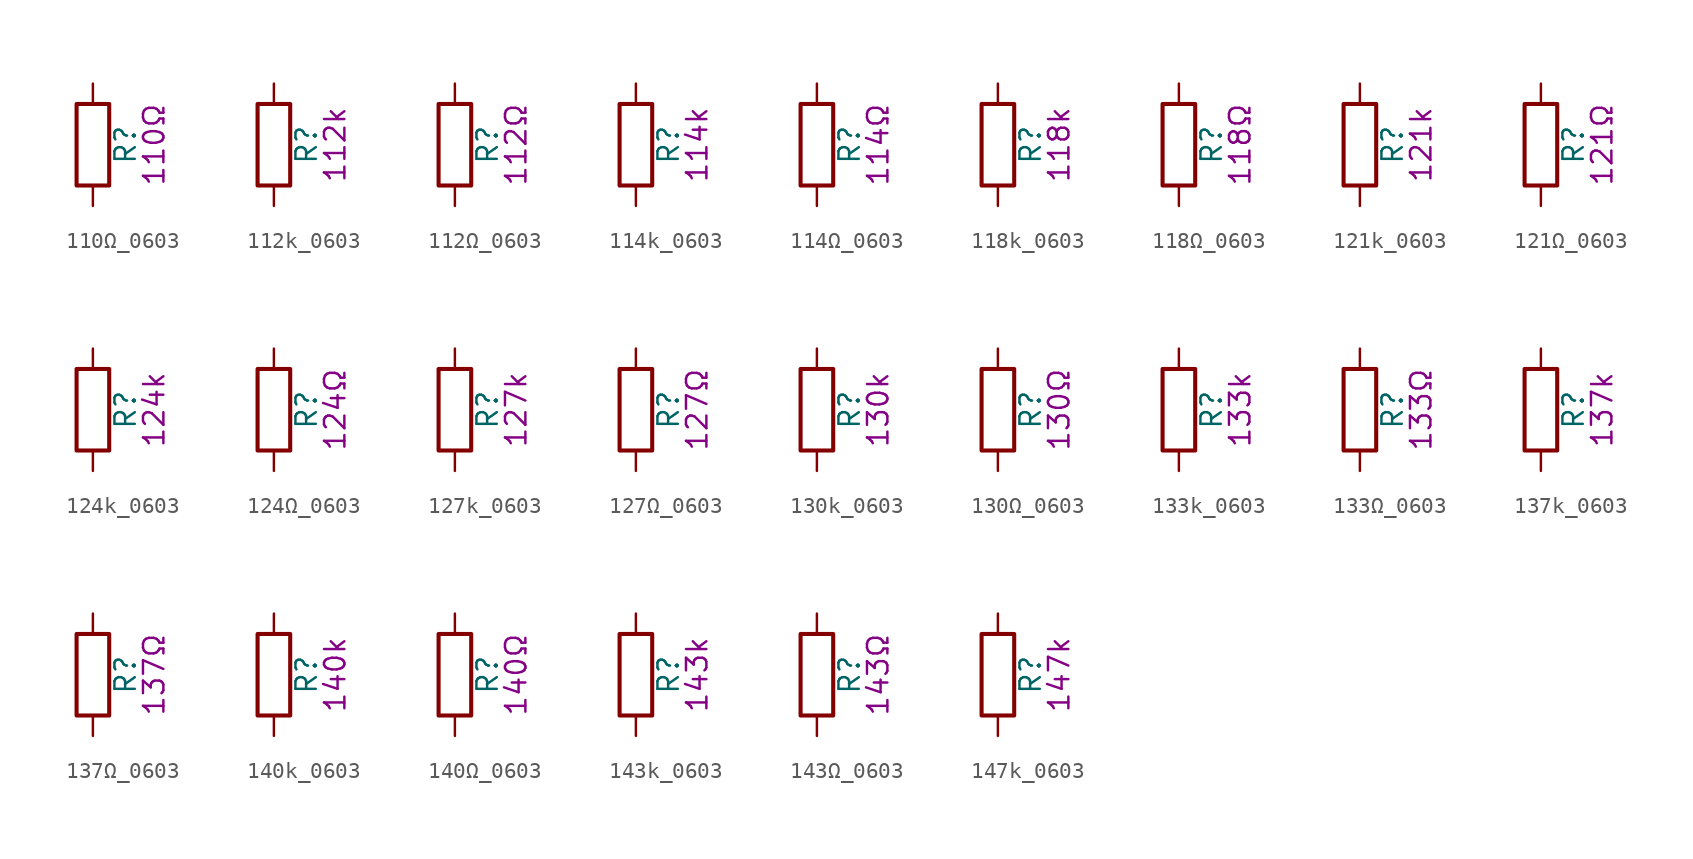
<source format=kicad_sym>
(kicad_symbol_lib
  (version 20211014)
  (generator kicad_symbol_editor)
  (symbol "110Ω_0603"
    (pin_numbers hide)
    (pin_names
      (offset 0))
    (property "Reference" "R"
      (at 2.032 0 90)
      (effects (font (size 1.27 1.27))))
    (property "Display" "110Ω"
      (at 3.81 0 90)
      (effects (font (size 1.27 1.27))))
    (symbol "110Ω_0603_0_1"
      (rectangle (start -1.016 -2.54) (end 1.016 2.54) (stroke (width 0.254) (type default) (color 0 0 0 0)) (fill (type none))))
    (symbol "110Ω_0603_1_1"
      (pin passive line (at 0 3.81 270) (length 1.27) (name "~" (effects (font (size 1.27 1.27)))) (number "1" (effects (font (size 1.27 1.27)))))
      (pin passive line (at 0 -3.81 90) (length 1.27) (name "~" (effects (font (size 1.27 1.27)))) (number "2" (effects (font (size 1.27 1.27)))))))
  (symbol "112k_0603"
    (pin_numbers hide)
    (pin_names
      (offset 0))
    (property "Reference" "R"
      (at 2.032 0 90)
      (effects (font (size 1.27 1.27))))
    (property "Display" "112k"
      (at 3.81 0 90)
      (effects (font (size 1.27 1.27))))
    (symbol "112k_0603_0_1"
      (rectangle (start -1.016 -2.54) (end 1.016 2.54) (stroke (width 0.254) (type default) (color 0 0 0 0)) (fill (type none))))
    (symbol "112k_0603_1_1"
      (pin passive line (at 0 3.81 270) (length 1.27) (name "~" (effects (font (size 1.27 1.27)))) (number "1" (effects (font (size 1.27 1.27)))))
      (pin passive line (at 0 -3.81 90) (length 1.27) (name "~" (effects (font (size 1.27 1.27)))) (number "2" (effects (font (size 1.27 1.27)))))))
  (symbol "112Ω_0603"
    (pin_numbers hide)
    (pin_names
      (offset 0))
    (property "Reference" "R"
      (at 2.032 0 90)
      (effects (font (size 1.27 1.27))))
    (property "Display" "112Ω"
      (at 3.81 0 90)
      (effects (font (size 1.27 1.27))))
    (symbol "112Ω_0603_0_1"
      (rectangle (start -1.016 -2.54) (end 1.016 2.54) (stroke (width 0.254) (type default) (color 0 0 0 0)) (fill (type none))))
    (symbol "112Ω_0603_1_1"
      (pin passive line (at 0 3.81 270) (length 1.27) (name "~" (effects (font (size 1.27 1.27)))) (number "1" (effects (font (size 1.27 1.27)))))
      (pin passive line (at 0 -3.81 90) (length 1.27) (name "~" (effects (font (size 1.27 1.27)))) (number "2" (effects (font (size 1.27 1.27)))))))
  (symbol "114k_0603"
    (pin_numbers hide)
    (pin_names
      (offset 0))
    (property "Reference" "R"
      (at 2.032 0 90)
      (effects (font (size 1.27 1.27))))
    (property "Display" "114k"
      (at 3.81 0 90)
      (effects (font (size 1.27 1.27))))
    (symbol "114k_0603_0_1"
      (rectangle (start -1.016 -2.54) (end 1.016 2.54) (stroke (width 0.254) (type default) (color 0 0 0 0)) (fill (type none))))
    (symbol "114k_0603_1_1"
      (pin passive line (at 0 3.81 270) (length 1.27) (name "~" (effects (font (size 1.27 1.27)))) (number "1" (effects (font (size 1.27 1.27)))))
      (pin passive line (at 0 -3.81 90) (length 1.27) (name "~" (effects (font (size 1.27 1.27)))) (number "2" (effects (font (size 1.27 1.27)))))))
  (symbol "114Ω_0603"
    (pin_numbers hide)
    (pin_names
      (offset 0))
    (property "Reference" "R"
      (at 2.032 0 90)
      (effects (font (size 1.27 1.27))))
    (property "Display" "114Ω"
      (at 3.81 0 90)
      (effects (font (size 1.27 1.27))))
    (symbol "114Ω_0603_0_1"
      (rectangle (start -1.016 -2.54) (end 1.016 2.54) (stroke (width 0.254) (type default) (color 0 0 0 0)) (fill (type none))))
    (symbol "114Ω_0603_1_1"
      (pin passive line (at 0 3.81 270) (length 1.27) (name "~" (effects (font (size 1.27 1.27)))) (number "1" (effects (font (size 1.27 1.27)))))
      (pin passive line (at 0 -3.81 90) (length 1.27) (name "~" (effects (font (size 1.27 1.27)))) (number "2" (effects (font (size 1.27 1.27)))))))
  (symbol "118k_0603"
    (pin_numbers hide)
    (pin_names
      (offset 0))
    (property "Reference" "R"
      (at 2.032 0 90)
      (effects (font (size 1.27 1.27))))
    (property "Display" "118k"
      (at 3.81 0 90)
      (effects (font (size 1.27 1.27))))
    (symbol "118k_0603_0_1"
      (rectangle (start -1.016 -2.54) (end 1.016 2.54) (stroke (width 0.254) (type default) (color 0 0 0 0)) (fill (type none))))
    (symbol "118k_0603_1_1"
      (pin passive line (at 0 3.81 270) (length 1.27) (name "~" (effects (font (size 1.27 1.27)))) (number "1" (effects (font (size 1.27 1.27)))))
      (pin passive line (at 0 -3.81 90) (length 1.27) (name "~" (effects (font (size 1.27 1.27)))) (number "2" (effects (font (size 1.27 1.27)))))))
  (symbol "118Ω_0603"
    (pin_numbers hide)
    (pin_names
      (offset 0))
    (property "Reference" "R"
      (at 2.032 0 90)
      (effects (font (size 1.27 1.27))))
    (property "Display" "118Ω"
      (at 3.81 0 90)
      (effects (font (size 1.27 1.27))))
    (symbol "118Ω_0603_0_1"
      (rectangle (start -1.016 -2.54) (end 1.016 2.54) (stroke (width 0.254) (type default) (color 0 0 0 0)) (fill (type none))))
    (symbol "118Ω_0603_1_1"
      (pin passive line (at 0 3.81 270) (length 1.27) (name "~" (effects (font (size 1.27 1.27)))) (number "1" (effects (font (size 1.27 1.27)))))
      (pin passive line (at 0 -3.81 90) (length 1.27) (name "~" (effects (font (size 1.27 1.27)))) (number "2" (effects (font (size 1.27 1.27)))))))
  (symbol "121k_0603"
    (pin_numbers hide)
    (pin_names
      (offset 0))
    (property "Reference" "R"
      (at 2.032 0 90)
      (effects (font (size 1.27 1.27))))
    (property "Display" "121k"
      (at 3.81 0 90)
      (effects (font (size 1.27 1.27))))
    (symbol "121k_0603_0_1"
      (rectangle (start -1.016 -2.54) (end 1.016 2.54) (stroke (width 0.254) (type default) (color 0 0 0 0)) (fill (type none))))
    (symbol "121k_0603_1_1"
      (pin passive line (at 0 3.81 270) (length 1.27) (name "~" (effects (font (size 1.27 1.27)))) (number "1" (effects (font (size 1.27 1.27)))))
      (pin passive line (at 0 -3.81 90) (length 1.27) (name "~" (effects (font (size 1.27 1.27)))) (number "2" (effects (font (size 1.27 1.27)))))))
  (symbol "121Ω_0603"
    (pin_numbers hide)
    (pin_names
      (offset 0))
    (property "Reference" "R"
      (at 2.032 0 90)
      (effects (font (size 1.27 1.27))))
    (property "Display" "121Ω"
      (at 3.81 0 90)
      (effects (font (size 1.27 1.27))))
    (symbol "121Ω_0603_0_1"
      (rectangle (start -1.016 -2.54) (end 1.016 2.54) (stroke (width 0.254) (type default) (color 0 0 0 0)) (fill (type none))))
    (symbol "121Ω_0603_1_1"
      (pin passive line (at 0 3.81 270) (length 1.27) (name "~" (effects (font (size 1.27 1.27)))) (number "1" (effects (font (size 1.27 1.27)))))
      (pin passive line (at 0 -3.81 90) (length 1.27) (name "~" (effects (font (size 1.27 1.27)))) (number "2" (effects (font (size 1.27 1.27)))))))
  (symbol "124k_0603"
    (pin_numbers hide)
    (pin_names
      (offset 0))
    (property "Reference" "R"
      (at 2.032 0 90)
      (effects (font (size 1.27 1.27))))
    (property "Display" "124k"
      (at 3.81 0 90)
      (effects (font (size 1.27 1.27))))
    (symbol "124k_0603_0_1"
      (rectangle (start -1.016 -2.54) (end 1.016 2.54) (stroke (width 0.254) (type default) (color 0 0 0 0)) (fill (type none))))
    (symbol "124k_0603_1_1"
      (pin passive line (at 0 3.81 270) (length 1.27) (name "~" (effects (font (size 1.27 1.27)))) (number "1" (effects (font (size 1.27 1.27)))))
      (pin passive line (at 0 -3.81 90) (length 1.27) (name "~" (effects (font (size 1.27 1.27)))) (number "2" (effects (font (size 1.27 1.27)))))))
  (symbol "124Ω_0603"
    (pin_numbers hide)
    (pin_names
      (offset 0))
    (property "Reference" "R"
      (at 2.032 0 90)
      (effects (font (size 1.27 1.27))))
    (property "Display" "124Ω"
      (at 3.81 0 90)
      (effects (font (size 1.27 1.27))))
    (symbol "124Ω_0603_0_1"
      (rectangle (start -1.016 -2.54) (end 1.016 2.54) (stroke (width 0.254) (type default) (color 0 0 0 0)) (fill (type none))))
    (symbol "124Ω_0603_1_1"
      (pin passive line (at 0 3.81 270) (length 1.27) (name "~" (effects (font (size 1.27 1.27)))) (number "1" (effects (font (size 1.27 1.27)))))
      (pin passive line (at 0 -3.81 90) (length 1.27) (name "~" (effects (font (size 1.27 1.27)))) (number "2" (effects (font (size 1.27 1.27)))))))
  (symbol "127k_0603"
    (pin_numbers hide)
    (pin_names
      (offset 0))
    (property "Reference" "R"
      (at 2.032 0 90)
      (effects (font (size 1.27 1.27))))
    (property "Display" "127k"
      (at 3.81 0 90)
      (effects (font (size 1.27 1.27))))
    (symbol "127k_0603_0_1"
      (rectangle (start -1.016 -2.54) (end 1.016 2.54) (stroke (width 0.254) (type default) (color 0 0 0 0)) (fill (type none))))
    (symbol "127k_0603_1_1"
      (pin passive line (at 0 3.81 270) (length 1.27) (name "~" (effects (font (size 1.27 1.27)))) (number "1" (effects (font (size 1.27 1.27)))))
      (pin passive line (at 0 -3.81 90) (length 1.27) (name "~" (effects (font (size 1.27 1.27)))) (number "2" (effects (font (size 1.27 1.27)))))))
  (symbol "127Ω_0603"
    (pin_numbers hide)
    (pin_names
      (offset 0))
    (property "Reference" "R"
      (at 2.032 0 90)
      (effects (font (size 1.27 1.27))))
    (property "Display" "127Ω"
      (at 3.81 0 90)
      (effects (font (size 1.27 1.27))))
    (symbol "127Ω_0603_0_1"
      (rectangle (start -1.016 -2.54) (end 1.016 2.54) (stroke (width 0.254) (type default) (color 0 0 0 0)) (fill (type none))))
    (symbol "127Ω_0603_1_1"
      (pin passive line (at 0 3.81 270) (length 1.27) (name "~" (effects (font (size 1.27 1.27)))) (number "1" (effects (font (size 1.27 1.27)))))
      (pin passive line (at 0 -3.81 90) (length 1.27) (name "~" (effects (font (size 1.27 1.27)))) (number "2" (effects (font (size 1.27 1.27)))))))
  (symbol "130k_0603"
    (pin_numbers hide)
    (pin_names
      (offset 0))
    (property "Reference" "R"
      (at 2.032 0 90)
      (effects (font (size 1.27 1.27))))
    (property "Display" "130k"
      (at 3.81 0 90)
      (effects (font (size 1.27 1.27))))
    (symbol "130k_0603_0_1"
      (rectangle (start -1.016 -2.54) (end 1.016 2.54) (stroke (width 0.254) (type default) (color 0 0 0 0)) (fill (type none))))
    (symbol "130k_0603_1_1"
      (pin passive line (at 0 3.81 270) (length 1.27) (name "~" (effects (font (size 1.27 1.27)))) (number "1" (effects (font (size 1.27 1.27)))))
      (pin passive line (at 0 -3.81 90) (length 1.27) (name "~" (effects (font (size 1.27 1.27)))) (number "2" (effects (font (size 1.27 1.27)))))))
  (symbol "130Ω_0603"
    (pin_numbers hide)
    (pin_names
      (offset 0))
    (property "Reference" "R"
      (at 2.032 0 90)
      (effects (font (size 1.27 1.27))))
    (property "Display" "130Ω"
      (at 3.81 0 90)
      (effects (font (size 1.27 1.27))))
    (symbol "130Ω_0603_0_1"
      (rectangle (start -1.016 -2.54) (end 1.016 2.54) (stroke (width 0.254) (type default) (color 0 0 0 0)) (fill (type none))))
    (symbol "130Ω_0603_1_1"
      (pin passive line (at 0 3.81 270) (length 1.27) (name "~" (effects (font (size 1.27 1.27)))) (number "1" (effects (font (size 1.27 1.27)))))
      (pin passive line (at 0 -3.81 90) (length 1.27) (name "~" (effects (font (size 1.27 1.27)))) (number "2" (effects (font (size 1.27 1.27)))))))
  (symbol "133k_0603"
    (pin_numbers hide)
    (pin_names
      (offset 0))
    (property "Reference" "R"
      (at 2.032 0 90)
      (effects (font (size 1.27 1.27))))
    (property "Display" "133k"
      (at 3.81 0 90)
      (effects (font (size 1.27 1.27))))
    (symbol "133k_0603_0_1"
      (rectangle (start -1.016 -2.54) (end 1.016 2.54) (stroke (width 0.254) (type default) (color 0 0 0 0)) (fill (type none))))
    (symbol "133k_0603_1_1"
      (pin passive line (at 0 3.81 270) (length 1.27) (name "~" (effects (font (size 1.27 1.27)))) (number "1" (effects (font (size 1.27 1.27)))))
      (pin passive line (at 0 -3.81 90) (length 1.27) (name "~" (effects (font (size 1.27 1.27)))) (number "2" (effects (font (size 1.27 1.27)))))))
  (symbol "133Ω_0603"
    (pin_numbers hide)
    (pin_names
      (offset 0))
    (property "Reference" "R"
      (at 2.032 0 90)
      (effects (font (size 1.27 1.27))))
    (property "Display" "133Ω"
      (at 3.81 0 90)
      (effects (font (size 1.27 1.27))))
    (symbol "133Ω_0603_0_1"
      (rectangle (start -1.016 -2.54) (end 1.016 2.54) (stroke (width 0.254) (type default) (color 0 0 0 0)) (fill (type none))))
    (symbol "133Ω_0603_1_1"
      (pin passive line (at 0 3.81 270) (length 1.27) (name "~" (effects (font (size 1.27 1.27)))) (number "1" (effects (font (size 1.27 1.27)))))
      (pin passive line (at 0 -3.81 90) (length 1.27) (name "~" (effects (font (size 1.27 1.27)))) (number "2" (effects (font (size 1.27 1.27)))))))
  (symbol "137k_0603"
    (pin_numbers hide)
    (pin_names
      (offset 0))
    (property "Reference" "R"
      (at 2.032 0 90)
      (effects (font (size 1.27 1.27))))
    (property "Display" "137k"
      (at 3.81 0 90)
      (effects (font (size 1.27 1.27))))
    (symbol "137k_0603_0_1"
      (rectangle (start -1.016 -2.54) (end 1.016 2.54) (stroke (width 0.254) (type default) (color 0 0 0 0)) (fill (type none))))
    (symbol "137k_0603_1_1"
      (pin passive line (at 0 3.81 270) (length 1.27) (name "~" (effects (font (size 1.27 1.27)))) (number "1" (effects (font (size 1.27 1.27)))))
      (pin passive line (at 0 -3.81 90) (length 1.27) (name "~" (effects (font (size 1.27 1.27)))) (number "2" (effects (font (size 1.27 1.27)))))))
  (symbol "137Ω_0603"
    (pin_numbers hide)
    (pin_names
      (offset 0))
    (property "Reference" "R"
      (at 2.032 0 90)
      (effects (font (size 1.27 1.27))))
    (property "Display" "137Ω"
      (at 3.81 0 90)
      (effects (font (size 1.27 1.27))))
    (symbol "137Ω_0603_0_1"
      (rectangle (start -1.016 -2.54) (end 1.016 2.54) (stroke (width 0.254) (type default) (color 0 0 0 0)) (fill (type none))))
    (symbol "137Ω_0603_1_1"
      (pin passive line (at 0 3.81 270) (length 1.27) (name "~" (effects (font (size 1.27 1.27)))) (number "1" (effects (font (size 1.27 1.27)))))
      (pin passive line (at 0 -3.81 90) (length 1.27) (name "~" (effects (font (size 1.27 1.27)))) (number "2" (effects (font (size 1.27 1.27)))))))
  (symbol "140k_0603"
    (pin_numbers hide)
    (pin_names
      (offset 0))
    (property "Reference" "R"
      (at 2.032 0 90)
      (effects (font (size 1.27 1.27))))
    (property "Display" "140k"
      (at 3.81 0 90)
      (effects (font (size 1.27 1.27))))
    (symbol "140k_0603_0_1"
      (rectangle (start -1.016 -2.54) (end 1.016 2.54) (stroke (width 0.254) (type default) (color 0 0 0 0)) (fill (type none))))
    (symbol "140k_0603_1_1"
      (pin passive line (at 0 3.81 270) (length 1.27) (name "~" (effects (font (size 1.27 1.27)))) (number "1" (effects (font (size 1.27 1.27)))))
      (pin passive line (at 0 -3.81 90) (length 1.27) (name "~" (effects (font (size 1.27 1.27)))) (number "2" (effects (font (size 1.27 1.27)))))))
  (symbol "140Ω_0603"
    (pin_numbers hide)
    (pin_names
      (offset 0))
    (property "Reference" "R"
      (at 2.032 0 90)
      (effects (font (size 1.27 1.27))))
    (property "Display" "140Ω"
      (at 3.81 0 90)
      (effects (font (size 1.27 1.27))))
    (symbol "140Ω_0603_0_1"
      (rectangle (start -1.016 -2.54) (end 1.016 2.54) (stroke (width 0.254) (type default) (color 0 0 0 0)) (fill (type none))))
    (symbol "140Ω_0603_1_1"
      (pin passive line (at 0 3.81 270) (length 1.27) (name "~" (effects (font (size 1.27 1.27)))) (number "1" (effects (font (size 1.27 1.27)))))
      (pin passive line (at 0 -3.81 90) (length 1.27) (name "~" (effects (font (size 1.27 1.27)))) (number "2" (effects (font (size 1.27 1.27)))))))
  (symbol "143k_0603"
    (pin_numbers hide)
    (pin_names
      (offset 0))
    (property "Reference" "R"
      (at 2.032 0 90)
      (effects (font (size 1.27 1.27))))
    (property "Display" "143k"
      (at 3.81 0 90)
      (effects (font (size 1.27 1.27))))
    (symbol "143k_0603_0_1"
      (rectangle (start -1.016 -2.54) (end 1.016 2.54) (stroke (width 0.254) (type default) (color 0 0 0 0)) (fill (type none))))
    (symbol "143k_0603_1_1"
      (pin passive line (at 0 3.81 270) (length 1.27) (name "~" (effects (font (size 1.27 1.27)))) (number "1" (effects (font (size 1.27 1.27)))))
      (pin passive line (at 0 -3.81 90) (length 1.27) (name "~" (effects (font (size 1.27 1.27)))) (number "2" (effects (font (size 1.27 1.27)))))))
  (symbol "143Ω_0603"
    (pin_numbers hide)
    (pin_names
      (offset 0))
    (property "Reference" "R"
      (at 2.032 0 90)
      (effects (font (size 1.27 1.27))))
    (property "Display" "143Ω"
      (at 3.81 0 90)
      (effects (font (size 1.27 1.27))))
    (symbol "143Ω_0603_0_1"
      (rectangle (start -1.016 -2.54) (end 1.016 2.54) (stroke (width 0.254) (type default) (color 0 0 0 0)) (fill (type none))))
    (symbol "143Ω_0603_1_1"
      (pin passive line (at 0 3.81 270) (length 1.27) (name "~" (effects (font (size 1.27 1.27)))) (number "1" (effects (font (size 1.27 1.27)))))
      (pin passive line (at 0 -3.81 90) (length 1.27) (name "~" (effects (font (size 1.27 1.27)))) (number "2" (effects (font (size 1.27 1.27)))))))
  (symbol "147k_0603"
    (pin_numbers hide)
    (pin_names
      (offset 0))
    (property "Reference" "R"
      (at 2.032 0 90)
      (effects (font (size 1.27 1.27))))
    (property "Display" "147k"
      (at 3.81 0 90)
      (effects (font (size 1.27 1.27))))
    (symbol "147k_0603_0_1"
      (rectangle (start -1.016 -2.54) (end 1.016 2.54) (stroke (width 0.254) (type default) (color 0 0 0 0)) (fill (type none))))
    (symbol "147k_0603_1_1"
      (pin passive line (at 0 3.81 270) (length 1.27) (name "~" (effects (font (size 1.27 1.27)))) (number "1" (effects (font (size 1.27 1.27)))))
      (pin passive line (at 0 -3.81 90) (length 1.27) (name "~" (effects (font (size 1.27 1.27)))) (number "2" (effects (font (size 1.27 1.27))))))))
</source>
